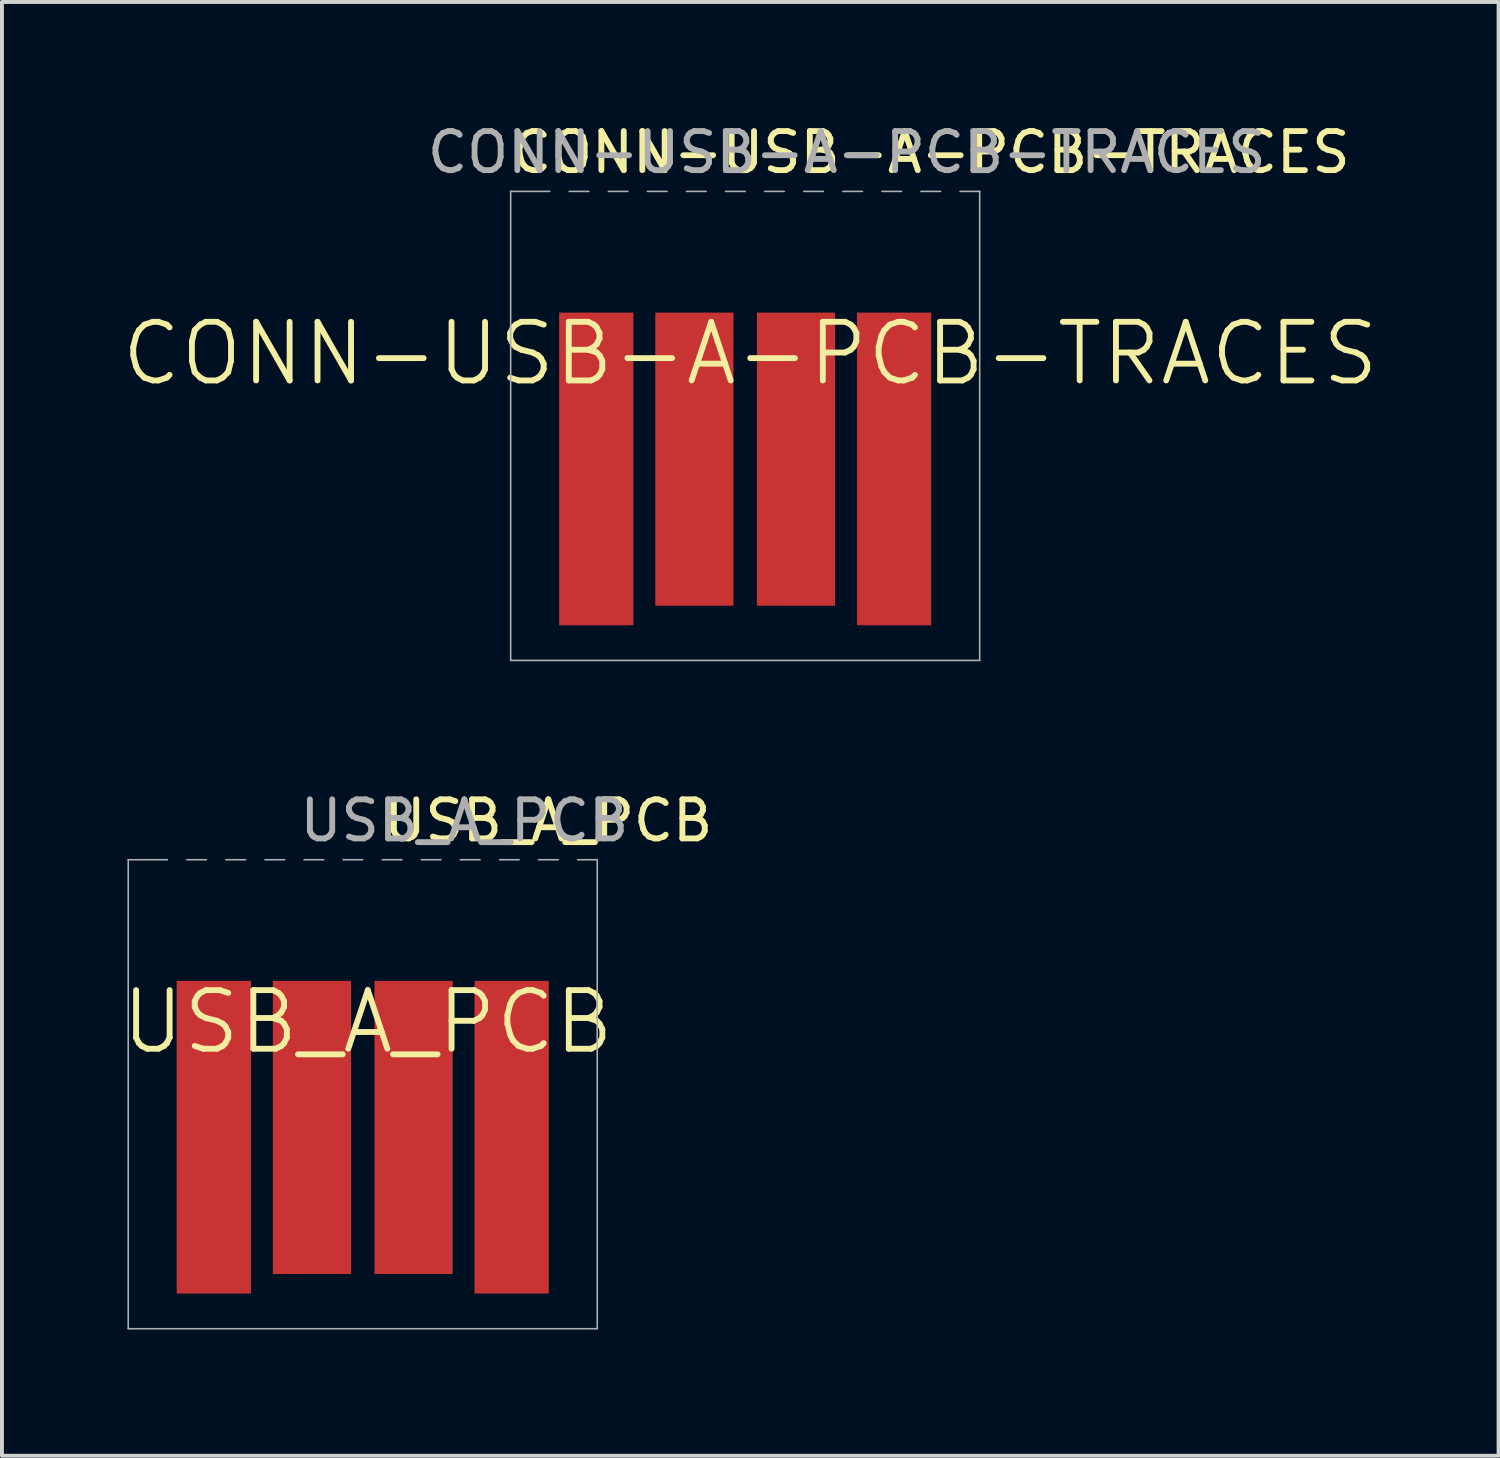
<source format=kicad_pcb>
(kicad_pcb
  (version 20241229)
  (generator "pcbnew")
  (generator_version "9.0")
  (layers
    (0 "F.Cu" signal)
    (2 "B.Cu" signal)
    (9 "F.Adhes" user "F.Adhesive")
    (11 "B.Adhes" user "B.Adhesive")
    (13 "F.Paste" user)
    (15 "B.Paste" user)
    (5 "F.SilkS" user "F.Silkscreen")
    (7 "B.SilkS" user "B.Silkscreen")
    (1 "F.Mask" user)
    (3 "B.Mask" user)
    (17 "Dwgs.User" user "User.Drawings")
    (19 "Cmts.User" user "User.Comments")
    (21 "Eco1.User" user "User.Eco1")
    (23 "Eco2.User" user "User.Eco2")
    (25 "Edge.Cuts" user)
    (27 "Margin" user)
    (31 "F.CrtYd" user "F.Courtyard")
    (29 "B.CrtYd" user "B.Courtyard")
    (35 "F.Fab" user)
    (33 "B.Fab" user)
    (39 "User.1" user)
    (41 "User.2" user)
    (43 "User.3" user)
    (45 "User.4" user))
  (footprint "CONN-USB-A-PCB-TRACES"
    (layer "F.Cu")
    (at 16.016 13.848)
    (property "Reference" "CONN-USB-A-PCB-TRACES" (at 0.13 -7.85 0) (layer "F.SilkS") (effects (font (size 1.5 1.5) (thickness 0.15))))
    (attr exclude_from_pos_files exclude_from_bom)
    (fp_line (start -6 -12) (end -5 -12) (stroke (width 0.041) (type solid)) (layer "F.Fab"))
    (fp_line (start -6 0) (end -6 -12) (stroke (width 0.041) (type solid)) (layer "F.Fab"))
    (fp_line (start -4.5 -12) (end -4 -12) (stroke (width 0.041) (type solid)) (layer "F.Fab"))
    (fp_line (start -3.5 -12) (end -3 -12) (stroke (width 0.041) (type solid)) (layer "F.Fab"))
    (fp_line (start -2.5 -12) (end -2 -12) (stroke (width 0.041) (type solid)) (layer "F.Fab"))
    (fp_line (start -1.5 -12) (end -1 -12) (stroke (width 0.041) (type solid)) (layer "F.Fab"))
    (fp_line (start -0.5 -12) (end 0 -12) (stroke (width 0.041) (type solid)) (layer "F.Fab"))
    (fp_line (start 0.5 -12) (end 1 -12) (stroke (width 0.041) (type solid)) (layer "F.Fab"))
    (fp_line (start 1.5 -12) (end 2 -12) (stroke (width 0.041) (type solid)) (layer "F.Fab"))
    (fp_line (start 2.5 -12) (end 3 -12) (stroke (width 0.041) (type solid)) (layer "F.Fab"))
    (fp_line (start 3.5 -12) (end 4 -12) (stroke (width 0.041) (type solid)) (layer "F.Fab"))
    (fp_line (start 4.5 -12) (end 5 -12) (stroke (width 0.041) (type solid)) (layer "F.Fab"))
    (fp_line (start 5.5 -12) (end 6 -12) (stroke (width 0.041) (type solid)) (layer "F.Fab"))
    (fp_line (start 6 -12) (end 6 0) (stroke (width 0.041) (type solid)) (layer "F.Fab"))
    (fp_line (start 6 0) (end -6 0) (stroke (width 0.041) (type solid)) (layer "F.Fab"))
    (fp_text user "${REFERENCE}" (at 4.75 -13 0) (layer "F.SilkS") (effects (font (size 1 1) (thickness 0.15))))
    (fp_text user "${REFERENCE}" (at 2.6 -13 0) (layer "F.Fab") (effects (font (size 1 1) (thickness 0.15))))
    (pad "1" connect rect (at 3.81 -4.9) (size 1.9 8) (layers "F.Cu" "F.Mask"))
    (pad "2" connect rect (at 1.3 -5.15) (size 2 7.5) (layers "F.Cu" "F.Mask"))
    (pad "3" connect rect (at -1.3 -5.15) (size 2 7.5) (layers "F.Cu" "F.Mask"))
    (pad "4" connect rect (at -3.81 -4.9) (size 1.9 8) (layers "F.Cu" "F.Mask")))
  (footprint "USB_A_PCB"
    (layer "F.Cu")
    (at 6.231 30.947)
    (property "Reference" "USB_A_PCB" (at 0.13 -7.85 0) (layer "F.SilkS") (effects (font (size 1.5 1.5) (thickness 0.15))))
    (attr exclude_from_pos_files exclude_from_bom)
    (fp_line (start -6 -12) (end -5 -12) (stroke (width 0.041) (type solid)) (layer "F.Fab"))
    (fp_line (start -6 0) (end -6 -12) (stroke (width 0.041) (type solid)) (layer "F.Fab"))
    (fp_line (start -4.5 -12) (end -4 -12) (stroke (width 0.041) (type solid)) (layer "F.Fab"))
    (fp_line (start -3.5 -12) (end -3 -12) (stroke (width 0.041) (type solid)) (layer "F.Fab"))
    (fp_line (start -2.5 -12) (end -2 -12) (stroke (width 0.041) (type solid)) (layer "F.Fab"))
    (fp_line (start -1.5 -12) (end -1 -12) (stroke (width 0.041) (type solid)) (layer "F.Fab"))
    (fp_line (start -0.5 -12) (end 0 -12) (stroke (width 0.041) (type solid)) (layer "F.Fab"))
    (fp_line (start 0.5 -12) (end 1 -12) (stroke (width 0.041) (type solid)) (layer "F.Fab"))
    (fp_line (start 1.5 -12) (end 2 -12) (stroke (width 0.041) (type solid)) (layer "F.Fab"))
    (fp_line (start 2.5 -12) (end 3 -12) (stroke (width 0.041) (type solid)) (layer "F.Fab"))
    (fp_line (start 3.5 -12) (end 4 -12) (stroke (width 0.041) (type solid)) (layer "F.Fab"))
    (fp_line (start 4.5 -12) (end 5 -12) (stroke (width 0.041) (type solid)) (layer "F.Fab"))
    (fp_line (start 5.5 -12) (end 6 -12) (stroke (width 0.041) (type solid)) (layer "F.Fab"))
    (fp_line (start 6 -12) (end 6 0) (stroke (width 0.041) (type solid)) (layer "F.Fab"))
    (fp_line (start 6 0) (end -6 0) (stroke (width 0.041) (type solid)) (layer "F.Fab"))
    (fp_text user "${REFERENCE}" (at 4.75 -13 0) (layer "F.SilkS") (effects (font (size 1 1) (thickness 0.15))))
    (fp_text user "${REFERENCE}" (at 2.6 -13 0) (layer "F.Fab") (effects (font (size 1 1) (thickness 0.15))))
    (pad "1" connect rect (at 3.81 -4.9) (size 1.9 8) (layers "F.Cu" "F.Mask"))
    (pad "2" connect rect (at 1.3 -5.15) (size 2 7.5) (layers "F.Cu" "F.Mask"))
    (pad "3" connect rect (at -1.3 -5.15) (size 2 7.5) (layers "F.Cu" "F.Mask"))
    (pad "4" connect rect (at -3.81 -4.9) (size 1.9 8) (layers "F.Cu" "F.Mask")))
  (gr_rect
    (start -3 -3)
    (end 35.293 34.197)
    (stroke (width 0.1) (type default))
    (fill no)
    (layer "Edge.Cuts")))
</source>
